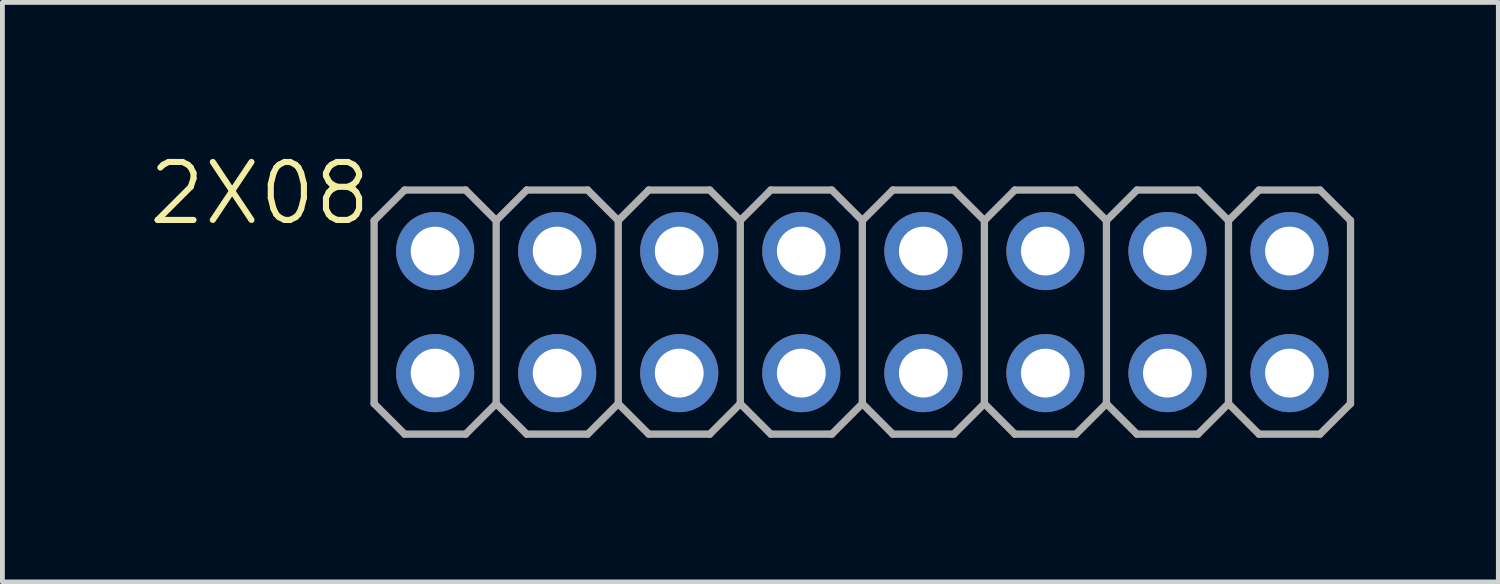
<source format=kicad_pcb>
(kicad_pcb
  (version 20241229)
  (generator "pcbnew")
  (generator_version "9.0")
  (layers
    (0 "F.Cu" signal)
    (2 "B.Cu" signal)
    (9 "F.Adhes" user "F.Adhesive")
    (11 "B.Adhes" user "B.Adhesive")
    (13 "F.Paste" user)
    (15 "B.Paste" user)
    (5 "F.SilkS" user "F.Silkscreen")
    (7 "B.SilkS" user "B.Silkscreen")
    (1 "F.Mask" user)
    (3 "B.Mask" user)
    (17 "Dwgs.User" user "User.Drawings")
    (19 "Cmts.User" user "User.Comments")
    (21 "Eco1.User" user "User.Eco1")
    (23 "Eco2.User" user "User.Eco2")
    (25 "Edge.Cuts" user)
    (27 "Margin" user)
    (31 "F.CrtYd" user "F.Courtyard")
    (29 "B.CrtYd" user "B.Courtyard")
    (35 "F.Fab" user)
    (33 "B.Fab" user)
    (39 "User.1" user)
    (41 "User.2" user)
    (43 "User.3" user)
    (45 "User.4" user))
  (footprint "2X08"
    (layer "F.Cu")
    (at 14.896 3.445)
    (property "Reference" "2X08" (at -10.16 -3.175 0) (layer "F.SilkS") (effects (font (size 1.206 1.206) (thickness 0.127)) (justify right top)))
    (attr through_hole)
    (fp_line (start -10.16 -1.905) (end -9.525 -2.54) (stroke (width 0.152) (type solid)) (layer "F.Fab"))
    (fp_line (start -10.16 1.905) (end -10.16 -1.905) (stroke (width 0.152) (type solid)) (layer "F.Fab"))
    (fp_line (start -10.16 1.905) (end -9.525 2.54) (stroke (width 0.152) (type solid)) (layer "F.Fab"))
    (fp_line (start -9.525 -2.54) (end -8.255 -2.54) (stroke (width 0.152) (type solid)) (layer "F.Fab"))
    (fp_line (start -9.525 2.54) (end -8.255 2.54) (stroke (width 0.152) (type solid)) (layer "F.Fab"))
    (fp_line (start -8.255 -2.54) (end -7.62 -1.905) (stroke (width 0.152) (type solid)) (layer "F.Fab"))
    (fp_line (start -8.255 2.54) (end -7.62 1.905) (stroke (width 0.152) (type solid)) (layer "F.Fab"))
    (fp_line (start -7.62 -1.905) (end -7.62 1.905) (stroke (width 0.152) (type solid)) (layer "F.Fab"))
    (fp_line (start -7.62 -1.905) (end -6.985 -2.54) (stroke (width 0.152) (type solid)) (layer "F.Fab"))
    (fp_line (start -7.62 1.905) (end -6.985 2.54) (stroke (width 0.152) (type solid)) (layer "F.Fab"))
    (fp_line (start -6.985 -2.54) (end -5.715 -2.54) (stroke (width 0.152) (type solid)) (layer "F.Fab"))
    (fp_line (start -6.985 2.54) (end -5.715 2.54) (stroke (width 0.152) (type solid)) (layer "F.Fab"))
    (fp_line (start -5.715 -2.54) (end -5.08 -1.905) (stroke (width 0.152) (type solid)) (layer "F.Fab"))
    (fp_line (start -5.715 2.54) (end -5.08 1.905) (stroke (width 0.152) (type solid)) (layer "F.Fab"))
    (fp_line (start -5.08 -1.905) (end -5.08 1.905) (stroke (width 0.152) (type solid)) (layer "F.Fab"))
    (fp_line (start -5.08 -1.905) (end -4.445 -2.54) (stroke (width 0.152) (type solid)) (layer "F.Fab"))
    (fp_line (start -5.08 1.905) (end -4.445 2.54) (stroke (width 0.152) (type solid)) (layer "F.Fab"))
    (fp_line (start -4.445 -2.54) (end -3.175 -2.54) (stroke (width 0.152) (type solid)) (layer "F.Fab"))
    (fp_line (start -4.445 2.54) (end -3.175 2.54) (stroke (width 0.152) (type solid)) (layer "F.Fab"))
    (fp_line (start -3.175 -2.54) (end -2.54 -1.905) (stroke (width 0.152) (type solid)) (layer "F.Fab"))
    (fp_line (start -3.175 2.54) (end -2.54 1.905) (stroke (width 0.152) (type solid)) (layer "F.Fab"))
    (fp_line (start -2.54 -1.905) (end -2.54 1.905) (stroke (width 0.152) (type solid)) (layer "F.Fab"))
    (fp_line (start -2.54 -1.905) (end -1.905 -2.54) (stroke (width 0.152) (type solid)) (layer "F.Fab"))
    (fp_line (start -2.54 1.905) (end -1.905 2.54) (stroke (width 0.152) (type solid)) (layer "F.Fab"))
    (fp_line (start -1.905 -2.54) (end -0.635 -2.54) (stroke (width 0.152) (type solid)) (layer "F.Fab"))
    (fp_line (start -1.905 2.54) (end -0.635 2.54) (stroke (width 0.152) (type solid)) (layer "F.Fab"))
    (fp_line (start -0.635 -2.54) (end 0 -1.905) (stroke (width 0.152) (type solid)) (layer "F.Fab"))
    (fp_line (start -0.635 2.54) (end 0 1.905) (stroke (width 0.152) (type solid)) (layer "F.Fab"))
    (fp_line (start 0 -1.905) (end 0 1.905) (stroke (width 0.152) (type solid)) (layer "F.Fab"))
    (fp_line (start 0 -1.905) (end 0.635 -2.54) (stroke (width 0.152) (type solid)) (layer "F.Fab"))
    (fp_line (start 0 1.905) (end 0.635 2.54) (stroke (width 0.152) (type solid)) (layer "F.Fab"))
    (fp_line (start 0.635 -2.54) (end 1.905 -2.54) (stroke (width 0.152) (type solid)) (layer "F.Fab"))
    (fp_line (start 0.635 2.54) (end 1.905 2.54) (stroke (width 0.152) (type solid)) (layer "F.Fab"))
    (fp_line (start 1.905 -2.54) (end 2.54 -1.905) (stroke (width 0.152) (type solid)) (layer "F.Fab"))
    (fp_line (start 1.905 2.54) (end 2.54 1.905) (stroke (width 0.152) (type solid)) (layer "F.Fab"))
    (fp_line (start 2.54 -1.905) (end 2.54 1.905) (stroke (width 0.152) (type solid)) (layer "F.Fab"))
    (fp_line (start 2.54 -1.905) (end 3.175 -2.54) (stroke (width 0.152) (type solid)) (layer "F.Fab"))
    (fp_line (start 2.54 1.905) (end 3.175 2.54) (stroke (width 0.152) (type solid)) (layer "F.Fab"))
    (fp_line (start 3.175 -2.54) (end 4.445 -2.54) (stroke (width 0.152) (type solid)) (layer "F.Fab"))
    (fp_line (start 3.175 2.54) (end 4.445 2.54) (stroke (width 0.152) (type solid)) (layer "F.Fab"))
    (fp_line (start 4.445 -2.54) (end 5.08 -1.905) (stroke (width 0.152) (type solid)) (layer "F.Fab"))
    (fp_line (start 4.445 2.54) (end 5.08 1.905) (stroke (width 0.152) (type solid)) (layer "F.Fab"))
    (fp_line (start 5.08 -1.905) (end 5.08 1.905) (stroke (width 0.152) (type solid)) (layer "F.Fab"))
    (fp_line (start 5.08 -1.905) (end 5.715 -2.54) (stroke (width 0.152) (type solid)) (layer "F.Fab"))
    (fp_line (start 5.08 1.905) (end 5.715 2.54) (stroke (width 0.152) (type solid)) (layer "F.Fab"))
    (fp_line (start 5.715 -2.54) (end 6.985 -2.54) (stroke (width 0.152) (type solid)) (layer "F.Fab"))
    (fp_line (start 5.715 2.54) (end 6.985 2.54) (stroke (width 0.152) (type solid)) (layer "F.Fab"))
    (fp_line (start 6.985 -2.54) (end 7.62 -1.905) (stroke (width 0.152) (type solid)) (layer "F.Fab"))
    (fp_line (start 7.62 -1.905) (end 7.62 1.905) (stroke (width 0.152) (type solid)) (layer "F.Fab"))
    (fp_line (start 7.62 -1.905) (end 8.255 -2.54) (stroke (width 0.152) (type solid)) (layer "F.Fab"))
    (fp_line (start 7.62 1.905) (end 6.985 2.54) (stroke (width 0.152) (type solid)) (layer "F.Fab"))
    (fp_line (start 7.62 1.905) (end 8.255 2.54) (stroke (width 0.152) (type solid)) (layer "F.Fab"))
    (fp_line (start 8.255 -2.54) (end 9.525 -2.54) (stroke (width 0.152) (type solid)) (layer "F.Fab"))
    (fp_line (start 8.255 2.54) (end 9.525 2.54) (stroke (width 0.152) (type solid)) (layer "F.Fab"))
    (fp_line (start 9.525 -2.54) (end 10.16 -1.905) (stroke (width 0.152) (type solid)) (layer "F.Fab"))
    (fp_line (start 10.16 -1.905) (end 10.16 1.905) (stroke (width 0.152) (type solid)) (layer "F.Fab"))
    (fp_line (start 10.16 1.905) (end 9.525 2.54) (stroke (width 0.152) (type solid)) (layer "F.Fab"))
    (fp_poly (pts (xy -9.144 -1.016) (xy -8.636 -1.016) (xy -8.636 -1.524) (xy -9.144 -1.524)) (stroke (width 0.1) (type solid)) (fill no) (layer "F.Fab"))
    (fp_poly (pts (xy -9.144 1.524) (xy -8.636 1.524) (xy -8.636 1.016) (xy -9.144 1.016)) (stroke (width 0.1) (type solid)) (fill no) (layer "F.Fab"))
    (fp_poly (pts (xy -6.604 -1.016) (xy -6.096 -1.016) (xy -6.096 -1.524) (xy -6.604 -1.524)) (stroke (width 0.1) (type solid)) (fill no) (layer "F.Fab"))
    (fp_poly (pts (xy -6.604 1.524) (xy -6.096 1.524) (xy -6.096 1.016) (xy -6.604 1.016)) (stroke (width 0.1) (type solid)) (fill no) (layer "F.Fab"))
    (fp_poly (pts (xy -4.064 -1.016) (xy -3.556 -1.016) (xy -3.556 -1.524) (xy -4.064 -1.524)) (stroke (width 0.1) (type solid)) (fill no) (layer "F.Fab"))
    (fp_poly (pts (xy -4.064 1.524) (xy -3.556 1.524) (xy -3.556 1.016) (xy -4.064 1.016)) (stroke (width 0.1) (type solid)) (fill no) (layer "F.Fab"))
    (fp_poly (pts (xy -1.524 -1.016) (xy -1.016 -1.016) (xy -1.016 -1.524) (xy -1.524 -1.524)) (stroke (width 0.1) (type solid)) (fill no) (layer "F.Fab"))
    (fp_poly (pts (xy -1.524 1.524) (xy -1.016 1.524) (xy -1.016 1.016) (xy -1.524 1.016)) (stroke (width 0.1) (type solid)) (fill no) (layer "F.Fab"))
    (fp_poly (pts (xy 1.016 -1.016) (xy 1.524 -1.016) (xy 1.524 -1.524) (xy 1.016 -1.524)) (stroke (width 0.1) (type solid)) (fill no) (layer "F.Fab"))
    (fp_poly (pts (xy 1.016 1.524) (xy 1.524 1.524) (xy 1.524 1.016) (xy 1.016 1.016)) (stroke (width 0.1) (type solid)) (fill no) (layer "F.Fab"))
    (fp_poly (pts (xy 3.556 -1.016) (xy 4.064 -1.016) (xy 4.064 -1.524) (xy 3.556 -1.524)) (stroke (width 0.1) (type solid)) (fill no) (layer "F.Fab"))
    (fp_poly (pts (xy 3.556 1.524) (xy 4.064 1.524) (xy 4.064 1.016) (xy 3.556 1.016)) (stroke (width 0.1) (type solid)) (fill no) (layer "F.Fab"))
    (fp_poly (pts (xy 6.096 -1.016) (xy 6.604 -1.016) (xy 6.604 -1.524) (xy 6.096 -1.524)) (stroke (width 0.1) (type solid)) (fill no) (layer "F.Fab"))
    (fp_poly (pts (xy 6.096 1.524) (xy 6.604 1.524) (xy 6.604 1.016) (xy 6.096 1.016)) (stroke (width 0.1) (type solid)) (fill no) (layer "F.Fab"))
    (fp_poly (pts (xy 8.636 -1.016) (xy 9.144 -1.016) (xy 9.144 -1.524) (xy 8.636 -1.524)) (stroke (width 0.1) (type solid)) (fill no) (layer "F.Fab"))
    (fp_poly (pts (xy 8.636 1.524) (xy 9.144 1.524) (xy 9.144 1.016) (xy 8.636 1.016)) (stroke (width 0.1) (type solid)) (fill no) (layer "F.Fab"))
    (pad "1" thru_hole circle (at -8.89 1.27) (size 1.626 1.626) (drill 1.016) (layers "*.Cu" "*.Mask"))
    (pad "2" thru_hole circle (at -8.89 -1.27) (size 1.626 1.626) (drill 1.016) (layers "*.Cu" "*.Mask"))
    (pad "3" thru_hole circle (at -6.35 1.27) (size 1.626 1.626) (drill 1.016) (layers "*.Cu" "*.Mask"))
    (pad "4" thru_hole circle (at -6.35 -1.27) (size 1.626 1.626) (drill 1.016) (layers "*.Cu" "*.Mask"))
    (pad "5" thru_hole circle (at -3.81 1.27) (size 1.626 1.626) (drill 1.016) (layers "*.Cu" "*.Mask"))
    (pad "6" thru_hole circle (at -3.81 -1.27) (size 1.626 1.626) (drill 1.016) (layers "*.Cu" "*.Mask"))
    (pad "7" thru_hole circle (at -1.27 1.27) (size 1.626 1.626) (drill 1.016) (layers "*.Cu" "*.Mask"))
    (pad "8" thru_hole circle (at -1.27 -1.27) (size 1.626 1.626) (drill 1.016) (layers "*.Cu" "*.Mask"))
    (pad "9" thru_hole circle (at 1.27 1.27) (size 1.626 1.626) (drill 1.016) (layers "*.Cu" "*.Mask"))
    (pad "10" thru_hole circle (at 1.27 -1.27) (size 1.626 1.626) (drill 1.016) (layers "*.Cu" "*.Mask"))
    (pad "11" thru_hole circle (at 3.81 1.27) (size 1.626 1.626) (drill 1.016) (layers "*.Cu" "*.Mask"))
    (pad "12" thru_hole circle (at 3.81 -1.27) (size 1.626 1.626) (drill 1.016) (layers "*.Cu" "*.Mask"))
    (pad "13" thru_hole circle (at 6.35 1.27) (size 1.626 1.626) (drill 1.016) (layers "*.Cu" "*.Mask"))
    (pad "14" thru_hole circle (at 6.35 -1.27) (size 1.626 1.626) (drill 1.016) (layers "*.Cu" "*.Mask"))
    (pad "15" thru_hole circle (at 8.89 1.27) (size 1.626 1.626) (drill 1.016) (layers "*.Cu" "*.Mask"))
    (pad "16" thru_hole circle (at 8.89 -1.27) (size 1.626 1.626) (drill 1.016) (layers "*.Cu" "*.Mask")))
  (gr_rect
    (start -3 -3)
    (end 28.132 9.061)
    (stroke (width 0.1) (type default))
    (fill no)
    (layer "Edge.Cuts")))
</source>
